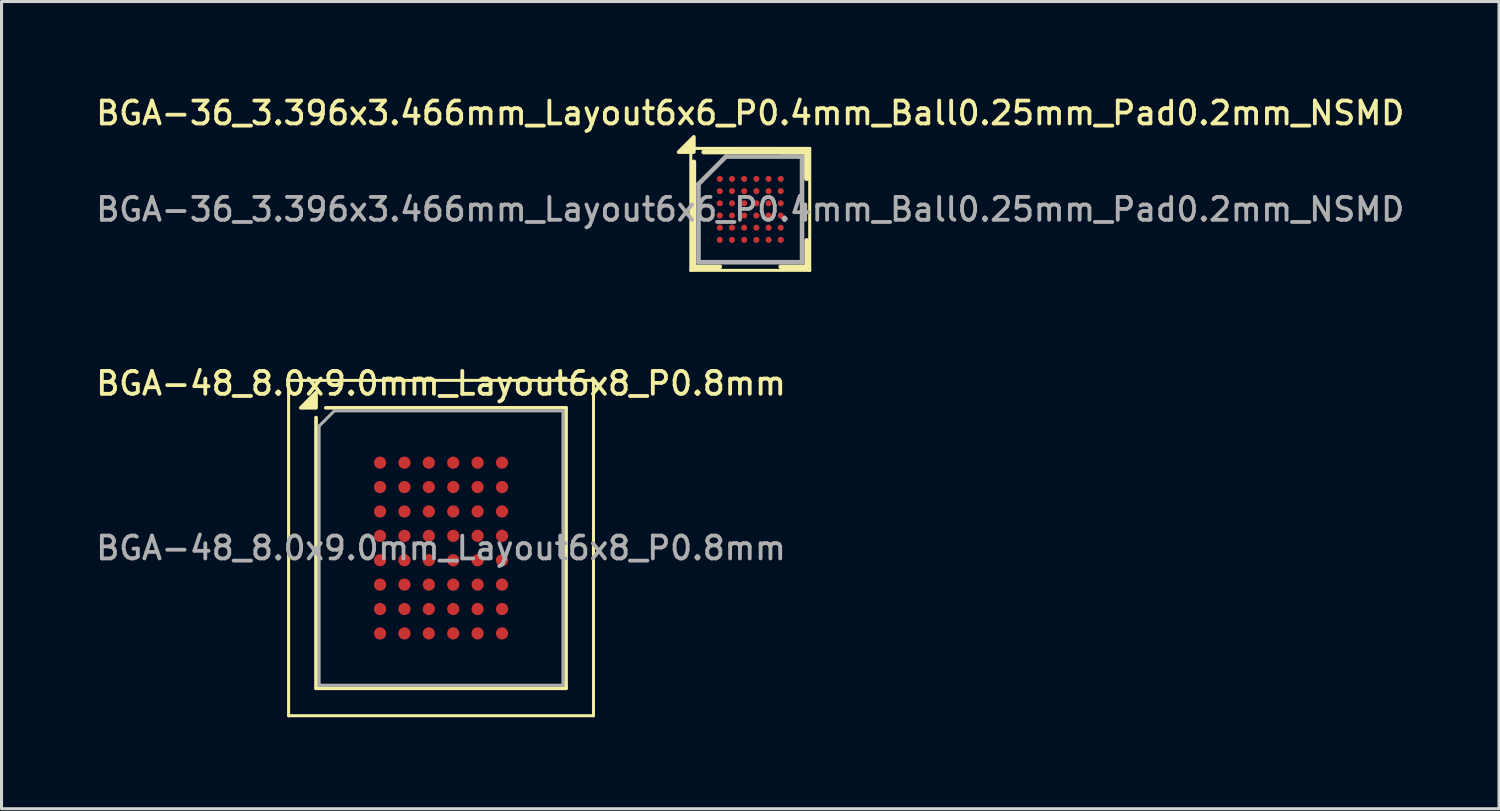
<source format=kicad_pcb>
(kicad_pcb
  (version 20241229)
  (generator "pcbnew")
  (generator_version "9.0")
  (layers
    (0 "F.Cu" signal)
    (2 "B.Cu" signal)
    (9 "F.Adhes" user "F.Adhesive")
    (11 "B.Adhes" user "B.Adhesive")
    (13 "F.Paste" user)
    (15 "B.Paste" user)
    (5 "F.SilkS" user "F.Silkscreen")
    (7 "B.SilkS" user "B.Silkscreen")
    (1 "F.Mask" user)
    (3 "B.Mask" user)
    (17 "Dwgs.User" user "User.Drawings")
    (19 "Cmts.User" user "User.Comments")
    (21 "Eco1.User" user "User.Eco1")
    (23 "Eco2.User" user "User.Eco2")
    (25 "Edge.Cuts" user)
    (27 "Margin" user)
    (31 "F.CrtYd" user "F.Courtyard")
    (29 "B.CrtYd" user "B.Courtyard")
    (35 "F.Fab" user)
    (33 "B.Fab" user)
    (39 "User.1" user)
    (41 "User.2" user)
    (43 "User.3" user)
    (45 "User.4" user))
  (footprint "BGA-36_3.396x3.466mm_Layout6x6_P0.4mm_Ball0.25mm_Pad0.2mm_NSMD"
    (layer "F.Cu")
    (at 21.559 3.818)
    (property "Reference" "BGA-36_3.396x3.466mm_Layout6x6_P0.4mm_Ball0.25mm_Pad0.2mm_NSMD" (at 0 -3.16 0) (layer "F.SilkS") (effects (font (size 0.75 0.75) (thickness 0.125))))
    (attr smd)
    (fp_line (start -1.95 -2) (end 1.95 -2) (stroke (width 0.1) (type solid)) (layer "F.SilkS"))
    (fp_line (start -1.95 2) (end -1.95 -2) (stroke (width 0.1) (type solid)) (layer "F.SilkS"))
    (fp_line (start -1.848 1.883) (end -1.85 -1.56) (stroke (width 0.15) (type solid)) (layer "F.SilkS"))
    (fp_line (start -1.53 -1.88) (end 1.848 -1.883) (stroke (width 0.15) (type solid)) (layer "F.SilkS"))
    (fp_line (start -0.999 1.883) (end -1.848 1.883) (stroke (width 0.15) (type solid)) (layer "F.SilkS"))
    (fp_line (start 0.999 -1.883) (end 1.848 -1.883) (stroke (width 0.15) (type solid)) (layer "F.SilkS"))
    (fp_line (start 0.999 -1.883) (end 1.848 -1.883) (stroke (width 0.15) (type solid)) (layer "F.SilkS"))
    (fp_line (start 0.999 1.883) (end 1.848 1.883) (stroke (width 0.15) (type solid)) (layer "F.SilkS"))
    (fp_line (start 1.848 -1.883) (end 1.848 -1.016) (stroke (width 0.15) (type solid)) (layer "F.SilkS"))
    (fp_line (start 1.848 -1.883) (end 1.848 -1.016) (stroke (width 0.15) (type solid)) (layer "F.SilkS"))
    (fp_line (start 1.848 -1.883) (end 1.848 -1.016) (stroke (width 0.15) (type solid)) (layer "F.SilkS"))
    (fp_line (start 1.848 1.883) (end 1.848 1.016) (stroke (width 0.15) (type solid)) (layer "F.SilkS"))
    (fp_line (start 1.95 -2) (end 1.95 2) (stroke (width 0.1) (type solid)) (layer "F.SilkS"))
    (fp_line (start 1.95 2) (end -1.95 2) (stroke (width 0.1) (type solid)) (layer "F.SilkS"))
    (fp_poly (pts (xy -1.85 -1.88) (xy -2.35 -1.88) (xy -1.85 -2.38) (xy -1.85 -1.88)) (stroke (width 0.12) (type solid)) (fill yes) (layer "F.SilkS"))
    (fp_line (start -1.698 -0.833) (end -1.698 1.733) (stroke (width 0.15) (type solid)) (layer "F.Fab"))
    (fp_line (start -1.698 1.733) (end 1.698 1.733) (stroke (width 0.15) (type solid)) (layer "F.Fab"))
    (fp_line (start -0.798 -1.733) (end -1.698 -0.833) (stroke (width 0.15) (type solid)) (layer "F.Fab"))
    (fp_line (start 1.698 -1.733) (end -0.798 -1.733) (stroke (width 0.15) (type solid)) (layer "F.Fab"))
    (fp_line (start 1.698 1.733) (end 1.698 -1.733) (stroke (width 0.15) (type solid)) (layer "F.Fab"))
    (fp_text user "${REFERENCE}" (at 0 0 0) (layer "F.Fab") (effects (font (size 0.75 0.75) (thickness 0.125))))
    (pad "A1" smd circle (at -1 -1) (size 0.2 0.2) (property pad_prop_bga) (layers "F.Cu" "F.Mask" "F.Paste"))
    (pad "A2" smd circle (at -0.6 -1) (size 0.2 0.2) (property pad_prop_bga) (layers "F.Cu" "F.Mask" "F.Paste"))
    (pad "A3" smd circle (at -0.2 -1) (size 0.2 0.2) (property pad_prop_bga) (layers "F.Cu" "F.Mask" "F.Paste"))
    (pad "A4" smd circle (at 0.2 -1) (size 0.2 0.2) (property pad_prop_bga) (layers "F.Cu" "F.Mask" "F.Paste"))
    (pad "A5" smd circle (at 0.6 -1) (size 0.2 0.2) (property pad_prop_bga) (layers "F.Cu" "F.Mask" "F.Paste"))
    (pad "A6" smd circle (at 1 -1) (size 0.2 0.2) (property pad_prop_bga) (layers "F.Cu" "F.Mask" "F.Paste"))
    (pad "B1" smd circle (at -1 -0.6) (size 0.2 0.2) (property pad_prop_bga) (layers "F.Cu" "F.Mask" "F.Paste"))
    (pad "B2" smd circle (at -0.6 -0.6) (size 0.2 0.2) (property pad_prop_bga) (layers "F.Cu" "F.Mask" "F.Paste"))
    (pad "B3" smd circle (at -0.2 -0.6) (size 0.2 0.2) (property pad_prop_bga) (layers "F.Cu" "F.Mask" "F.Paste"))
    (pad "B4" smd circle (at 0.2 -0.6) (size 0.2 0.2) (property pad_prop_bga) (layers "F.Cu" "F.Mask" "F.Paste"))
    (pad "B5" smd circle (at 0.6 -0.6) (size 0.2 0.2) (property pad_prop_bga) (layers "F.Cu" "F.Mask" "F.Paste"))
    (pad "B6" smd circle (at 1 -0.6) (size 0.2 0.2) (property pad_prop_bga) (layers "F.Cu" "F.Mask" "F.Paste"))
    (pad "C1" smd circle (at -1 -0.2) (size 0.2 0.2) (property pad_prop_bga) (layers "F.Cu" "F.Mask" "F.Paste"))
    (pad "C2" smd circle (at -0.6 -0.2) (size 0.2 0.2) (property pad_prop_bga) (layers "F.Cu" "F.Mask" "F.Paste"))
    (pad "C3" smd circle (at -0.2 -0.2) (size 0.2 0.2) (property pad_prop_bga) (layers "F.Cu" "F.Mask" "F.Paste"))
    (pad "C4" smd circle (at 0.2 -0.2) (size 0.2 0.2) (property pad_prop_bga) (layers "F.Cu" "F.Mask" "F.Paste"))
    (pad "C5" smd circle (at 0.6 -0.2) (size 0.2 0.2) (property pad_prop_bga) (layers "F.Cu" "F.Mask" "F.Paste"))
    (pad "C6" smd circle (at 1 -0.2) (size 0.2 0.2) (property pad_prop_bga) (layers "F.Cu" "F.Mask" "F.Paste"))
    (pad "D1" smd circle (at -1 0.2) (size 0.2 0.2) (property pad_prop_bga) (layers "F.Cu" "F.Mask" "F.Paste"))
    (pad "D2" smd circle (at -0.6 0.2) (size 0.2 0.2) (property pad_prop_bga) (layers "F.Cu" "F.Mask" "F.Paste"))
    (pad "D3" smd circle (at -0.2 0.2) (size 0.2 0.2) (property pad_prop_bga) (layers "F.Cu" "F.Mask" "F.Paste"))
    (pad "D4" smd circle (at 0.2 0.2) (size 0.2 0.2) (property pad_prop_bga) (layers "F.Cu" "F.Mask" "F.Paste"))
    (pad "D5" smd circle (at 0.6 0.2) (size 0.2 0.2) (property pad_prop_bga) (layers "F.Cu" "F.Mask" "F.Paste"))
    (pad "D6" smd circle (at 1 0.2) (size 0.2 0.2) (property pad_prop_bga) (layers "F.Cu" "F.Mask" "F.Paste"))
    (pad "E1" smd circle (at -1 0.6) (size 0.2 0.2) (property pad_prop_bga) (layers "F.Cu" "F.Mask" "F.Paste"))
    (pad "E2" smd circle (at -0.6 0.6) (size 0.2 0.2) (property pad_prop_bga) (layers "F.Cu" "F.Mask" "F.Paste"))
    (pad "E3" smd circle (at -0.2 0.6) (size 0.2 0.2) (property pad_prop_bga) (layers "F.Cu" "F.Mask" "F.Paste"))
    (pad "E4" smd circle (at 0.2 0.6) (size 0.2 0.2) (property pad_prop_bga) (layers "F.Cu" "F.Mask" "F.Paste"))
    (pad "E5" smd circle (at 0.6 0.6) (size 0.2 0.2) (property pad_prop_bga) (layers "F.Cu" "F.Mask" "F.Paste"))
    (pad "E6" smd circle (at 1 0.6) (size 0.2 0.2) (property pad_prop_bga) (layers "F.Cu" "F.Mask" "F.Paste"))
    (pad "F1" smd circle (at -1 1) (size 0.2 0.2) (property pad_prop_bga) (layers "F.Cu" "F.Mask" "F.Paste"))
    (pad "F2" smd circle (at -0.6 1) (size 0.2 0.2) (property pad_prop_bga) (layers "F.Cu" "F.Mask" "F.Paste"))
    (pad "F3" smd circle (at -0.2 1) (size 0.2 0.2) (property pad_prop_bga) (layers "F.Cu" "F.Mask" "F.Paste"))
    (pad "F4" smd circle (at 0.2 1) (size 0.2 0.2) (property pad_prop_bga) (layers "F.Cu" "F.Mask" "F.Paste"))
    (pad "F5" smd circle (at 0.6 1) (size 0.2 0.2) (property pad_prop_bga) (layers "F.Cu" "F.Mask" "F.Paste"))
    (pad "F6" smd circle (at 1 1) (size 0.2 0.2) (property pad_prop_bga) (layers "F.Cu" "F.Mask" "F.Paste")))
  (footprint "BGA-48_8.0x9.0mm_Layout6x8_P0.8mm"
    (layer "F.Cu")
    (at 11.416 14.926)
    (property "Reference" "BGA-48_8.0x9.0mm_Layout6x8_P0.8mm" (at 0 -5.4 0) (layer "F.SilkS") (effects (font (size 0.75 0.75) (thickness 0.125))))
    (attr smd)
    (fp_line (start -5 -5.5) (end -5 5.5) (stroke (width 0.1) (type solid)) (layer "F.SilkS"))
    (fp_line (start -5 -5.5) (end 5 -5.5) (stroke (width 0.1) (type solid)) (layer "F.SilkS"))
    (fp_line (start -4.1 4.6) (end -4.1 -4.28) (stroke (width 0.12) (type solid)) (layer "F.SilkS"))
    (fp_line (start -3.78 -4.6) (end 4.1 -4.6) (stroke (width 0.12) (type solid)) (layer "F.SilkS"))
    (fp_line (start 4.1 -4.6) (end 4.1 4.6) (stroke (width 0.12) (type solid)) (layer "F.SilkS"))
    (fp_line (start 4.1 4.6) (end -4.1 4.6) (stroke (width 0.12) (type solid)) (layer "F.SilkS"))
    (fp_line (start 5 5.5) (end -5 5.5) (stroke (width 0.1) (type solid)) (layer "F.SilkS"))
    (fp_line (start 5 5.5) (end 5 -5.5) (stroke (width 0.1) (type solid)) (layer "F.SilkS"))
    (fp_poly (pts (xy -4.1 -4.6) (xy -4.6 -4.6) (xy -4.1 -5.1) (xy -4.1 -4.6)) (stroke (width 0.12) (type solid)) (fill yes) (layer "F.SilkS"))
    (fp_line (start -4 -4) (end -3.5 -4.5) (stroke (width 0.1) (type solid)) (layer "F.Fab"))
    (fp_line (start -4 4.5) (end -4 -4) (stroke (width 0.1) (type solid)) (layer "F.Fab"))
    (fp_line (start -3.5 -4.5) (end 4 -4.5) (stroke (width 0.1) (type solid)) (layer "F.Fab"))
    (fp_line (start 4 -4.5) (end 4 4.5) (stroke (width 0.1) (type solid)) (layer "F.Fab"))
    (fp_line (start 4 4.5) (end -4 4.5) (stroke (width 0.1) (type solid)) (layer "F.Fab"))
    (fp_text user "${REFERENCE}" (at 0 0 0) (layer "F.Fab") (effects (font (size 0.75 0.75) (thickness 0.125))))
    (pad "A1" smd circle (at -2 -2.8) (size 0.4 0.4) (property pad_prop_bga) (layers "F.Cu" "F.Mask" "F.Paste"))
    (pad "A2" smd circle (at -1.2 -2.8) (size 0.4 0.4) (property pad_prop_bga) (layers "F.Cu" "F.Mask" "F.Paste"))
    (pad "A3" smd circle (at -0.4 -2.8) (size 0.4 0.4) (property pad_prop_bga) (layers "F.Cu" "F.Mask" "F.Paste"))
    (pad "A4" smd circle (at 0.4 -2.8) (size 0.4 0.4) (property pad_prop_bga) (layers "F.Cu" "F.Mask" "F.Paste"))
    (pad "A5" smd circle (at 1.2 -2.8) (size 0.4 0.4) (property pad_prop_bga) (layers "F.Cu" "F.Mask" "F.Paste"))
    (pad "A6" smd circle (at 2 -2.8) (size 0.4 0.4) (property pad_prop_bga) (layers "F.Cu" "F.Mask" "F.Paste"))
    (pad "B1" smd circle (at -2 -2) (size 0.4 0.4) (property pad_prop_bga) (layers "F.Cu" "F.Mask" "F.Paste"))
    (pad "B2" smd circle (at -1.2 -2) (size 0.4 0.4) (property pad_prop_bga) (layers "F.Cu" "F.Mask" "F.Paste"))
    (pad "B3" smd circle (at -0.4 -2) (size 0.4 0.4) (property pad_prop_bga) (layers "F.Cu" "F.Mask" "F.Paste"))
    (pad "B4" smd circle (at 0.4 -2) (size 0.4 0.4) (property pad_prop_bga) (layers "F.Cu" "F.Mask" "F.Paste"))
    (pad "B5" smd circle (at 1.2 -2) (size 0.4 0.4) (property pad_prop_bga) (layers "F.Cu" "F.Mask" "F.Paste"))
    (pad "B6" smd circle (at 2 -2) (size 0.4 0.4) (property pad_prop_bga) (layers "F.Cu" "F.Mask" "F.Paste"))
    (pad "C1" smd circle (at -2 -1.2) (size 0.4 0.4) (property pad_prop_bga) (layers "F.Cu" "F.Mask" "F.Paste"))
    (pad "C2" smd circle (at -1.2 -1.2) (size 0.4 0.4) (property pad_prop_bga) (layers "F.Cu" "F.Mask" "F.Paste"))
    (pad "C3" smd circle (at -0.4 -1.2) (size 0.4 0.4) (property pad_prop_bga) (layers "F.Cu" "F.Mask" "F.Paste"))
    (pad "C4" smd circle (at 0.4 -1.2) (size 0.4 0.4) (property pad_prop_bga) (layers "F.Cu" "F.Mask" "F.Paste"))
    (pad "C5" smd circle (at 1.2 -1.2) (size 0.4 0.4) (property pad_prop_bga) (layers "F.Cu" "F.Mask" "F.Paste"))
    (pad "C6" smd circle (at 2 -1.2) (size 0.4 0.4) (property pad_prop_bga) (layers "F.Cu" "F.Mask" "F.Paste"))
    (pad "D1" smd circle (at -2 -0.4) (size 0.4 0.4) (property pad_prop_bga) (layers "F.Cu" "F.Mask" "F.Paste"))
    (pad "D2" smd circle (at -1.2 -0.4) (size 0.4 0.4) (property pad_prop_bga) (layers "F.Cu" "F.Mask" "F.Paste"))
    (pad "D3" smd circle (at -0.4 -0.4) (size 0.4 0.4) (property pad_prop_bga) (layers "F.Cu" "F.Mask" "F.Paste"))
    (pad "D4" smd circle (at 0.4 -0.4) (size 0.4 0.4) (property pad_prop_bga) (layers "F.Cu" "F.Mask" "F.Paste"))
    (pad "D5" smd circle (at 1.2 -0.4) (size 0.4 0.4) (property pad_prop_bga) (layers "F.Cu" "F.Mask" "F.Paste"))
    (pad "D6" smd circle (at 2 -0.4) (size 0.4 0.4) (property pad_prop_bga) (layers "F.Cu" "F.Mask" "F.Paste"))
    (pad "E1" smd circle (at -2 0.4) (size 0.4 0.4) (property pad_prop_bga) (layers "F.Cu" "F.Mask" "F.Paste"))
    (pad "E2" smd circle (at -1.2 0.4) (size 0.4 0.4) (property pad_prop_bga) (layers "F.Cu" "F.Mask" "F.Paste"))
    (pad "E3" smd circle (at -0.4 0.4) (size 0.4 0.4) (property pad_prop_bga) (layers "F.Cu" "F.Mask" "F.Paste"))
    (pad "E4" smd circle (at 0.4 0.4) (size 0.4 0.4) (property pad_prop_bga) (layers "F.Cu" "F.Mask" "F.Paste"))
    (pad "E5" smd circle (at 1.2 0.4) (size 0.4 0.4) (property pad_prop_bga) (layers "F.Cu" "F.Mask" "F.Paste"))
    (pad "E6" smd circle (at 2 0.4) (size 0.4 0.4) (property pad_prop_bga) (layers "F.Cu" "F.Mask" "F.Paste"))
    (pad "F1" smd circle (at -2 1.2) (size 0.4 0.4) (property pad_prop_bga) (layers "F.Cu" "F.Mask" "F.Paste"))
    (pad "F2" smd circle (at -1.2 1.2) (size 0.4 0.4) (property pad_prop_bga) (layers "F.Cu" "F.Mask" "F.Paste"))
    (pad "F3" smd circle (at -0.4 1.2) (size 0.4 0.4) (property pad_prop_bga) (layers "F.Cu" "F.Mask" "F.Paste"))
    (pad "F4" smd circle (at 0.4 1.2) (size 0.4 0.4) (property pad_prop_bga) (layers "F.Cu" "F.Mask" "F.Paste"))
    (pad "F5" smd circle (at 1.2 1.2) (size 0.4 0.4) (property pad_prop_bga) (layers "F.Cu" "F.Mask" "F.Paste"))
    (pad "F6" smd circle (at 2 1.2) (size 0.4 0.4) (property pad_prop_bga) (layers "F.Cu" "F.Mask" "F.Paste"))
    (pad "G1" smd circle (at -2 2) (size 0.4 0.4) (property pad_prop_bga) (layers "F.Cu" "F.Mask" "F.Paste"))
    (pad "G2" smd circle (at -1.2 2) (size 0.4 0.4) (property pad_prop_bga) (layers "F.Cu" "F.Mask" "F.Paste"))
    (pad "G3" smd circle (at -0.4 2) (size 0.4 0.4) (property pad_prop_bga) (layers "F.Cu" "F.Mask" "F.Paste"))
    (pad "G4" smd circle (at 0.4 2) (size 0.4 0.4) (property pad_prop_bga) (layers "F.Cu" "F.Mask" "F.Paste"))
    (pad "G5" smd circle (at 1.2 2) (size 0.4 0.4) (property pad_prop_bga) (layers "F.Cu" "F.Mask" "F.Paste"))
    (pad "G6" smd circle (at 2 2) (size 0.4 0.4) (property pad_prop_bga) (layers "F.Cu" "F.Mask" "F.Paste"))
    (pad "H1" smd circle (at -2 2.8) (size 0.4 0.4) (property pad_prop_bga) (layers "F.Cu" "F.Mask" "F.Paste"))
    (pad "H2" smd circle (at -1.2 2.8) (size 0.4 0.4) (property pad_prop_bga) (layers "F.Cu" "F.Mask" "F.Paste"))
    (pad "H3" smd circle (at -0.4 2.8) (size 0.4 0.4) (property pad_prop_bga) (layers "F.Cu" "F.Mask" "F.Paste"))
    (pad "H4" smd circle (at 0.4 2.8) (size 0.4 0.4) (property pad_prop_bga) (layers "F.Cu" "F.Mask" "F.Paste"))
    (pad "H5" smd circle (at 1.2 2.8) (size 0.4 0.4) (property pad_prop_bga) (layers "F.Cu" "F.Mask" "F.Paste"))
    (pad "H6" smd circle (at 2 2.8) (size 0.4 0.4) (property pad_prop_bga) (layers "F.Cu" "F.Mask" "F.Paste")))
  (gr_rect
    (start -3 -3)
    (end 46.118 23.476)
    (stroke (width 0.1) (type default))
    (fill no)
    (layer "Edge.Cuts")))
</source>
